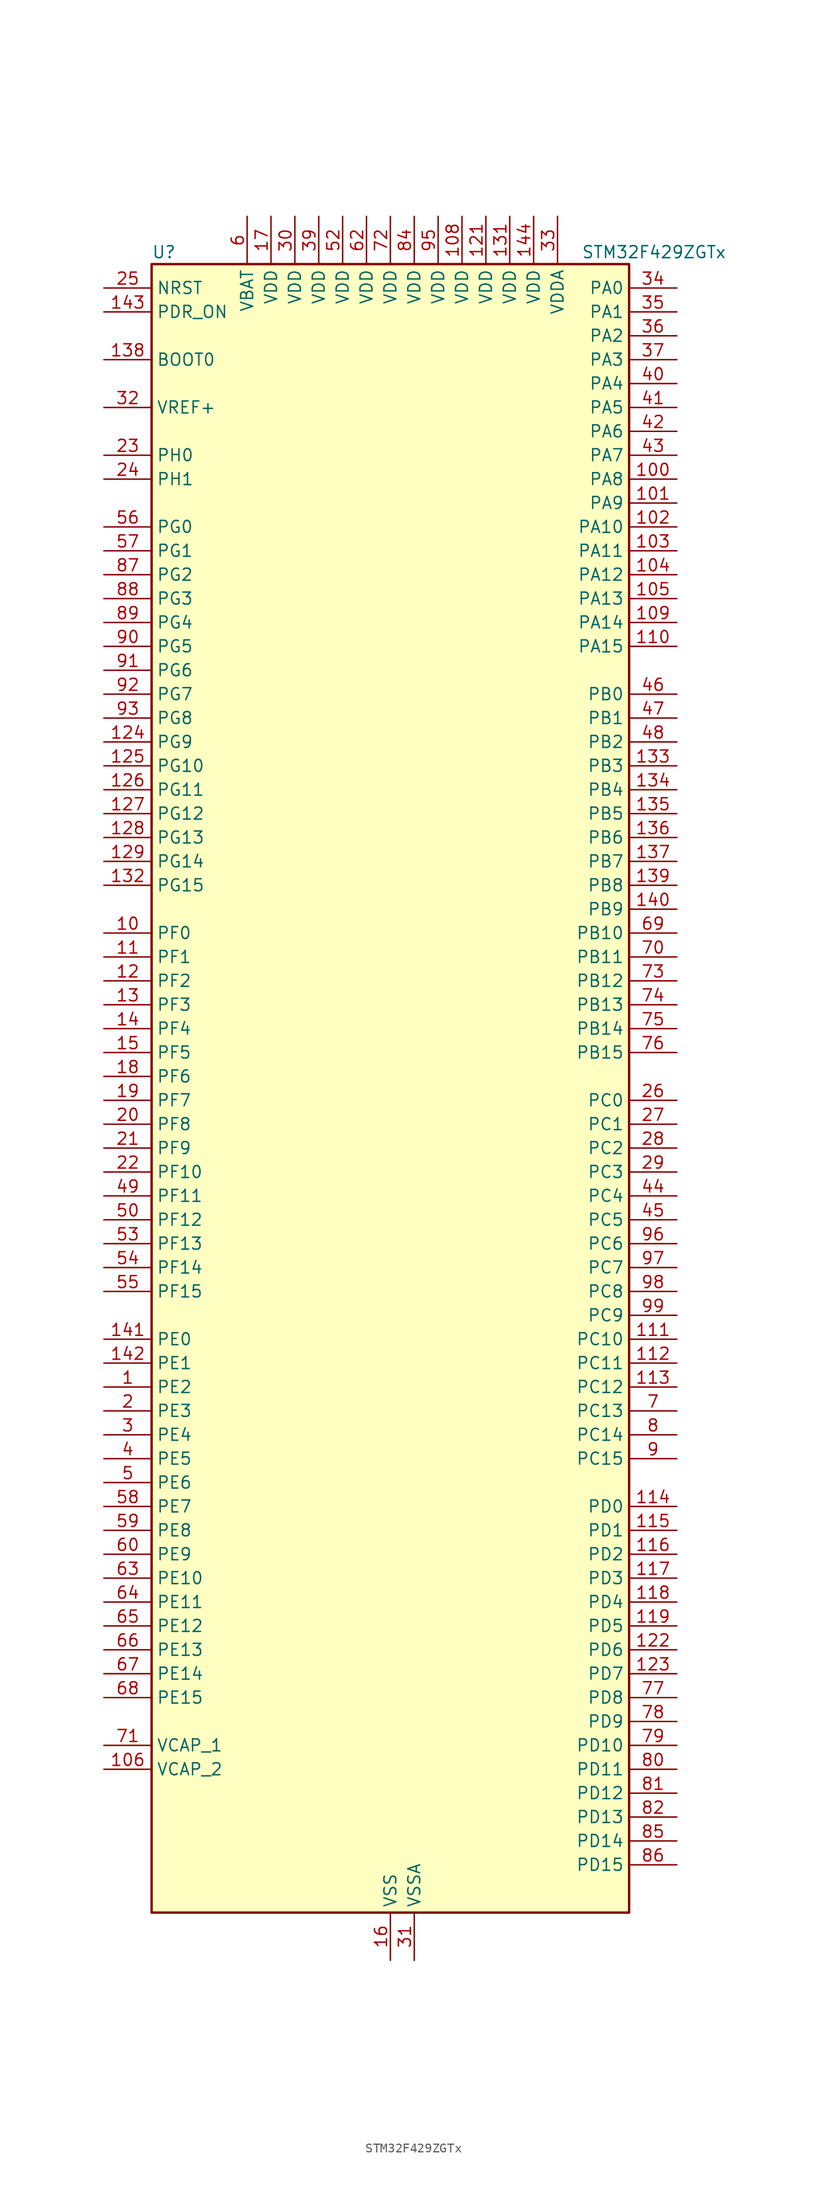
<source format=kicad_sym>
(kicad_symbol_lib
  (version 20220914)
  (generator kicad_symbol_editor)
  (symbol "STM32F429ZGTx"
    (property "Reference" "U"
      (at -25.4 90.17 0)
      (effects (font (size 1.27 1.27)) (justify left)))
    (property "Value" "STM32F429ZGTx"
      (at 20.32 90.17 0)
      (effects (font (size 1.27 1.27)) (justify left)))
    (property "ki_locked" ""
      (at 0 0 0)
      (effects (font (size 1.27 1.27))))
    (symbol "STM32F429ZGTx_0_1"
      (rectangle (start -25.4 -86.36) (end 25.4 88.9) (stroke (width 0.254) (type default)) (fill (type background))))
    (symbol "STM32F429ZGTx_1_1"
      (pin bidirectional line (at -30.48 -30.48 0) (length 5.08) (name "PE2" (effects (font (size 1.27 1.27)))) (number "1" (effects (font (size 1.27 1.27)))) (alternate "ETH_TXD3" bidirectional line) (alternate "FMC_A23" bidirectional line) (alternate "SAI1_MCLK_A" bidirectional line) (alternate "SPI4_SCK" bidirectional line) (alternate "SYS_TRACECLK" bidirectional line))
      (pin bidirectional line (at -30.48 17.78 0) (length 5.08) (name "PF0" (effects (font (size 1.27 1.27)))) (number "10" (effects (font (size 1.27 1.27)))) (alternate "FMC_A0" bidirectional line) (alternate "I2C2_SDA" bidirectional line))
      (pin bidirectional line (at 30.48 66.04 180) (length 5.08) (name "PA8" (effects (font (size 1.27 1.27)))) (number "100" (effects (font (size 1.27 1.27)))) (alternate "I2C3_SCL" bidirectional line) (alternate "LTDC_R6" bidirectional line) (alternate "RCC_MCO_1" bidirectional line) (alternate "TIM1_CH1" bidirectional line) (alternate "USART1_CK" bidirectional line) (alternate "USB_OTG_FS_SOF" bidirectional line))
      (pin bidirectional line (at 30.48 63.5 180) (length 5.08) (name "PA9" (effects (font (size 1.27 1.27)))) (number "101" (effects (font (size 1.27 1.27)))) (alternate "DAC_EXTI9" bidirectional line) (alternate "DCMI_D0" bidirectional line) (alternate "I2C3_SMBA" bidirectional line) (alternate "TIM1_CH2" bidirectional line) (alternate "USART1_TX" bidirectional line) (alternate "USB_OTG_FS_VBUS" bidirectional line))
      (pin bidirectional line (at 30.48 60.96 180) (length 5.08) (name "PA10" (effects (font (size 1.27 1.27)))) (number "102" (effects (font (size 1.27 1.27)))) (alternate "DCMI_D1" bidirectional line) (alternate "TIM1_CH3" bidirectional line) (alternate "USART1_RX" bidirectional line) (alternate "USB_OTG_FS_ID" bidirectional line))
      (pin bidirectional line (at 30.48 58.42 180) (length 5.08) (name "PA11" (effects (font (size 1.27 1.27)))) (number "103" (effects (font (size 1.27 1.27)))) (alternate "ADC1_EXTI11" bidirectional line) (alternate "ADC2_EXTI11" bidirectional line) (alternate "ADC3_EXTI11" bidirectional line) (alternate "CAN1_RX" bidirectional line) (alternate "LTDC_R4" bidirectional line) (alternate "TIM1_CH4" bidirectional line) (alternate "USART1_CTS" bidirectional line) (alternate "USB_OTG_FS_DM" bidirectional line))
      (pin bidirectional line (at 30.48 55.88 180) (length 5.08) (name "PA12" (effects (font (size 1.27 1.27)))) (number "104" (effects (font (size 1.27 1.27)))) (alternate "CAN1_TX" bidirectional line) (alternate "LTDC_R5" bidirectional line) (alternate "TIM1_ETR" bidirectional line) (alternate "USART1_RTS" bidirectional line) (alternate "USB_OTG_FS_DP" bidirectional line))
      (pin bidirectional line (at 30.48 53.34 180) (length 5.08) (name "PA13" (effects (font (size 1.27 1.27)))) (number "105" (effects (font (size 1.27 1.27)))) (alternate "SYS_JTMS-SWDIO" bidirectional line))
      (pin power_out line (at -30.48 -71.12 0) (length 5.08) (name "VCAP_2" (effects (font (size 1.27 1.27)))) (number "106" (effects (font (size 1.27 1.27)))))
      (pin passive line (at 0 -91.44 90) (length 5.08) hide (name "VSS" (effects (font (size 1.27 1.27)))) (number "107" (effects (font (size 1.27 1.27)))))
      (pin power_in line (at 7.62 93.98 270) (length 5.08) (name "VDD" (effects (font (size 1.27 1.27)))) (number "108" (effects (font (size 1.27 1.27)))))
      (pin bidirectional line (at 30.48 50.8 180) (length 5.08) (name "PA14" (effects (font (size 1.27 1.27)))) (number "109" (effects (font (size 1.27 1.27)))) (alternate "SYS_JTCK-SWCLK" bidirectional line))
      (pin bidirectional line (at -30.48 15.24 0) (length 5.08) (name "PF1" (effects (font (size 1.27 1.27)))) (number "11" (effects (font (size 1.27 1.27)))) (alternate "FMC_A1" bidirectional line) (alternate "I2C2_SCL" bidirectional line))
      (pin bidirectional line (at 30.48 48.26 180) (length 5.08) (name "PA15" (effects (font (size 1.27 1.27)))) (number "110" (effects (font (size 1.27 1.27)))) (alternate "ADC1_EXTI15" bidirectional line) (alternate "ADC2_EXTI15" bidirectional line) (alternate "ADC3_EXTI15" bidirectional line) (alternate "I2S3_WS" bidirectional line) (alternate "SPI1_NSS" bidirectional line) (alternate "SPI3_NSS" bidirectional line) (alternate "SYS_JTDI" bidirectional line) (alternate "TIM2_CH1" bidirectional line) (alternate "TIM2_ETR" bidirectional line))
      (pin bidirectional line (at 30.48 -25.4 180) (length 5.08) (name "PC10" (effects (font (size 1.27 1.27)))) (number "111" (effects (font (size 1.27 1.27)))) (alternate "DCMI_D8" bidirectional line) (alternate "I2S3_CK" bidirectional line) (alternate "LTDC_R2" bidirectional line) (alternate "SDIO_D2" bidirectional line) (alternate "SPI3_SCK" bidirectional line) (alternate "UART4_TX" bidirectional line) (alternate "USART3_TX" bidirectional line))
      (pin bidirectional line (at 30.48 -27.94 180) (length 5.08) (name "PC11" (effects (font (size 1.27 1.27)))) (number "112" (effects (font (size 1.27 1.27)))) (alternate "ADC1_EXTI11" bidirectional line) (alternate "ADC2_EXTI11" bidirectional line) (alternate "ADC3_EXTI11" bidirectional line) (alternate "DCMI_D4" bidirectional line) (alternate "I2S3_ext_SD" bidirectional line) (alternate "SDIO_D3" bidirectional line) (alternate "SPI3_MISO" bidirectional line) (alternate "UART4_RX" bidirectional line) (alternate "USART3_RX" bidirectional line))
      (pin bidirectional line (at 30.48 -30.48 180) (length 5.08) (name "PC12" (effects (font (size 1.27 1.27)))) (number "113" (effects (font (size 1.27 1.27)))) (alternate "DCMI_D9" bidirectional line) (alternate "I2S3_SD" bidirectional line) (alternate "SDIO_CK" bidirectional line) (alternate "SPI3_MOSI" bidirectional line) (alternate "UART5_TX" bidirectional line) (alternate "USART3_CK" bidirectional line))
      (pin bidirectional line (at 30.48 -43.18 180) (length 5.08) (name "PD0" (effects (font (size 1.27 1.27)))) (number "114" (effects (font (size 1.27 1.27)))) (alternate "CAN1_RX" bidirectional line) (alternate "FMC_D2" bidirectional line) (alternate "FMC_DA2" bidirectional line))
      (pin bidirectional line (at 30.48 -45.72 180) (length 5.08) (name "PD1" (effects (font (size 1.27 1.27)))) (number "115" (effects (font (size 1.27 1.27)))) (alternate "CAN1_TX" bidirectional line) (alternate "FMC_D3" bidirectional line) (alternate "FMC_DA3" bidirectional line))
      (pin bidirectional line (at 30.48 -48.26 180) (length 5.08) (name "PD2" (effects (font (size 1.27 1.27)))) (number "116" (effects (font (size 1.27 1.27)))) (alternate "DCMI_D11" bidirectional line) (alternate "SDIO_CMD" bidirectional line) (alternate "TIM3_ETR" bidirectional line) (alternate "UART5_RX" bidirectional line))
      (pin bidirectional line (at 30.48 -50.8 180) (length 5.08) (name "PD3" (effects (font (size 1.27 1.27)))) (number "117" (effects (font (size 1.27 1.27)))) (alternate "DCMI_D5" bidirectional line) (alternate "FMC_CLK" bidirectional line) (alternate "I2S2_CK" bidirectional line) (alternate "LTDC_G7" bidirectional line) (alternate "SPI2_SCK" bidirectional line) (alternate "USART2_CTS" bidirectional line))
      (pin bidirectional line (at 30.48 -53.34 180) (length 5.08) (name "PD4" (effects (font (size 1.27 1.27)))) (number "118" (effects (font (size 1.27 1.27)))) (alternate "FMC_NOE" bidirectional line) (alternate "USART2_RTS" bidirectional line))
      (pin bidirectional line (at 30.48 -55.88 180) (length 5.08) (name "PD5" (effects (font (size 1.27 1.27)))) (number "119" (effects (font (size 1.27 1.27)))) (alternate "FMC_NWE" bidirectional line) (alternate "USART2_TX" bidirectional line))
      (pin bidirectional line (at -30.48 12.7 0) (length 5.08) (name "PF2" (effects (font (size 1.27 1.27)))) (number "12" (effects (font (size 1.27 1.27)))) (alternate "FMC_A2" bidirectional line) (alternate "I2C2_SMBA" bidirectional line))
      (pin passive line (at 0 -91.44 90) (length 5.08) hide (name "VSS" (effects (font (size 1.27 1.27)))) (number "120" (effects (font (size 1.27 1.27)))))
      (pin power_in line (at 10.16 93.98 270) (length 5.08) (name "VDD" (effects (font (size 1.27 1.27)))) (number "121" (effects (font (size 1.27 1.27)))))
      (pin bidirectional line (at 30.48 -58.42 180) (length 5.08) (name "PD6" (effects (font (size 1.27 1.27)))) (number "122" (effects (font (size 1.27 1.27)))) (alternate "DCMI_D10" bidirectional line) (alternate "FMC_NWAIT" bidirectional line) (alternate "I2S3_SD" bidirectional line) (alternate "LTDC_B2" bidirectional line) (alternate "SAI1_SD_A" bidirectional line) (alternate "SPI3_MOSI" bidirectional line) (alternate "USART2_RX" bidirectional line))
      (pin bidirectional line (at 30.48 -60.96 180) (length 5.08) (name "PD7" (effects (font (size 1.27 1.27)))) (number "123" (effects (font (size 1.27 1.27)))) (alternate "FMC_NCE2" bidirectional line) (alternate "FMC_NE1" bidirectional line) (alternate "USART2_CK" bidirectional line))
      (pin bidirectional line (at -30.48 38.1 0) (length 5.08) (name "PG9" (effects (font (size 1.27 1.27)))) (number "124" (effects (font (size 1.27 1.27)))) (alternate "DAC_EXTI9" bidirectional line) (alternate "DCMI_VSYNC" bidirectional line) (alternate "FMC_NCE3" bidirectional line) (alternate "FMC_NE2" bidirectional line) (alternate "USART6_RX" bidirectional line))
      (pin bidirectional line (at -30.48 35.56 0) (length 5.08) (name "PG10" (effects (font (size 1.27 1.27)))) (number "125" (effects (font (size 1.27 1.27)))) (alternate "DCMI_D2" bidirectional line) (alternate "FMC_NCE4_1" bidirectional line) (alternate "FMC_NE3" bidirectional line) (alternate "LTDC_B2" bidirectional line) (alternate "LTDC_G3" bidirectional line))
      (pin bidirectional line (at -30.48 33.02 0) (length 5.08) (name "PG11" (effects (font (size 1.27 1.27)))) (number "126" (effects (font (size 1.27 1.27)))) (alternate "ADC1_EXTI11" bidirectional line) (alternate "ADC2_EXTI11" bidirectional line) (alternate "ADC3_EXTI11" bidirectional line) (alternate "DCMI_D3" bidirectional line) (alternate "ETH_TX_EN" bidirectional line) (alternate "FMC_NCE4_2" bidirectional line) (alternate "LTDC_B3" bidirectional line))
      (pin bidirectional line (at -30.48 30.48 0) (length 5.08) (name "PG12" (effects (font (size 1.27 1.27)))) (number "127" (effects (font (size 1.27 1.27)))) (alternate "FMC_NE4" bidirectional line) (alternate "LTDC_B1" bidirectional line) (alternate "LTDC_B4" bidirectional line) (alternate "SPI6_MISO" bidirectional line) (alternate "USART6_RTS" bidirectional line))
      (pin bidirectional line (at -30.48 27.94 0) (length 5.08) (name "PG13" (effects (font (size 1.27 1.27)))) (number "128" (effects (font (size 1.27 1.27)))) (alternate "ETH_TXD0" bidirectional line) (alternate "FMC_A24" bidirectional line) (alternate "SPI6_SCK" bidirectional line) (alternate "USART6_CTS" bidirectional line))
      (pin bidirectional line (at -30.48 25.4 0) (length 5.08) (name "PG14" (effects (font (size 1.27 1.27)))) (number "129" (effects (font (size 1.27 1.27)))) (alternate "ETH_TXD1" bidirectional line) (alternate "FMC_A25" bidirectional line) (alternate "SPI6_MOSI" bidirectional line) (alternate "USART6_TX" bidirectional line))
      (pin bidirectional line (at -30.48 10.16 0) (length 5.08) (name "PF3" (effects (font (size 1.27 1.27)))) (number "13" (effects (font (size 1.27 1.27)))) (alternate "ADC3_IN9" bidirectional line) (alternate "FMC_A3" bidirectional line))
      (pin passive line (at 0 -91.44 90) (length 5.08) hide (name "VSS" (effects (font (size 1.27 1.27)))) (number "130" (effects (font (size 1.27 1.27)))))
      (pin power_in line (at 12.7 93.98 270) (length 5.08) (name "VDD" (effects (font (size 1.27 1.27)))) (number "131" (effects (font (size 1.27 1.27)))))
      (pin bidirectional line (at -30.48 22.86 0) (length 5.08) (name "PG15" (effects (font (size 1.27 1.27)))) (number "132" (effects (font (size 1.27 1.27)))) (alternate "ADC1_EXTI15" bidirectional line) (alternate "ADC2_EXTI15" bidirectional line) (alternate "ADC3_EXTI15" bidirectional line) (alternate "DCMI_D13" bidirectional line) (alternate "FMC_SDNCAS" bidirectional line) (alternate "USART6_CTS" bidirectional line))
      (pin bidirectional line (at 30.48 35.56 180) (length 5.08) (name "PB3" (effects (font (size 1.27 1.27)))) (number "133" (effects (font (size 1.27 1.27)))) (alternate "I2S3_CK" bidirectional line) (alternate "SPI1_SCK" bidirectional line) (alternate "SPI3_SCK" bidirectional line) (alternate "SYS_JTDO-SWO" bidirectional line) (alternate "TIM2_CH2" bidirectional line))
      (pin bidirectional line (at 30.48 33.02 180) (length 5.08) (name "PB4" (effects (font (size 1.27 1.27)))) (number "134" (effects (font (size 1.27 1.27)))) (alternate "I2S3_ext_SD" bidirectional line) (alternate "SPI1_MISO" bidirectional line) (alternate "SPI3_MISO" bidirectional line) (alternate "SYS_JTRST" bidirectional line) (alternate "TIM3_CH1" bidirectional line))
      (pin bidirectional line (at 30.48 30.48 180) (length 5.08) (name "PB5" (effects (font (size 1.27 1.27)))) (number "135" (effects (font (size 1.27 1.27)))) (alternate "CAN2_RX" bidirectional line) (alternate "DCMI_D10" bidirectional line) (alternate "ETH_PPS_OUT" bidirectional line) (alternate "FMC_SDCKE1" bidirectional line) (alternate "I2C1_SMBA" bidirectional line) (alternate "I2S3_SD" bidirectional line) (alternate "SPI1_MOSI" bidirectional line) (alternate "SPI3_MOSI" bidirectional line) (alternate "TIM3_CH2" bidirectional line) (alternate "USB_OTG_HS_ULPI_D7" bidirectional line))
      (pin bidirectional line (at 30.48 27.94 180) (length 5.08) (name "PB6" (effects (font (size 1.27 1.27)))) (number "136" (effects (font (size 1.27 1.27)))) (alternate "CAN2_TX" bidirectional line) (alternate "DCMI_D5" bidirectional line) (alternate "FMC_SDNE1" bidirectional line) (alternate "I2C1_SCL" bidirectional line) (alternate "TIM4_CH1" bidirectional line) (alternate "USART1_TX" bidirectional line))
      (pin bidirectional line (at 30.48 25.4 180) (length 5.08) (name "PB7" (effects (font (size 1.27 1.27)))) (number "137" (effects (font (size 1.27 1.27)))) (alternate "DCMI_VSYNC" bidirectional line) (alternate "FMC_NL" bidirectional line) (alternate "I2C1_SDA" bidirectional line) (alternate "TIM4_CH2" bidirectional line) (alternate "USART1_RX" bidirectional line))
      (pin input line (at -30.48 78.74 0) (length 5.08) (name "BOOT0" (effects (font (size 1.27 1.27)))) (number "138" (effects (font (size 1.27 1.27)))))
      (pin bidirectional line (at 30.48 22.86 180) (length 5.08) (name "PB8" (effects (font (size 1.27 1.27)))) (number "139" (effects (font (size 1.27 1.27)))) (alternate "CAN1_RX" bidirectional line) (alternate "DCMI_D6" bidirectional line) (alternate "ETH_TXD3" bidirectional line) (alternate "I2C1_SCL" bidirectional line) (alternate "LTDC_B6" bidirectional line) (alternate "SDIO_D4" bidirectional line) (alternate "TIM10_CH1" bidirectional line) (alternate "TIM4_CH3" bidirectional line))
      (pin bidirectional line (at -30.48 7.62 0) (length 5.08) (name "PF4" (effects (font (size 1.27 1.27)))) (number "14" (effects (font (size 1.27 1.27)))) (alternate "ADC3_IN14" bidirectional line) (alternate "FMC_A4" bidirectional line))
      (pin bidirectional line (at 30.48 20.32 180) (length 5.08) (name "PB9" (effects (font (size 1.27 1.27)))) (number "140" (effects (font (size 1.27 1.27)))) (alternate "CAN1_TX" bidirectional line) (alternate "DAC_EXTI9" bidirectional line) (alternate "DCMI_D7" bidirectional line) (alternate "I2C1_SDA" bidirectional line) (alternate "I2S2_WS" bidirectional line) (alternate "LTDC_B7" bidirectional line) (alternate "SDIO_D5" bidirectional line) (alternate "SPI2_NSS" bidirectional line) (alternate "TIM11_CH1" bidirectional line) (alternate "TIM4_CH4" bidirectional line))
      (pin bidirectional line (at -30.48 -25.4 0) (length 5.08) (name "PE0" (effects (font (size 1.27 1.27)))) (number "141" (effects (font (size 1.27 1.27)))) (alternate "DCMI_D2" bidirectional line) (alternate "FMC_NBL0" bidirectional line) (alternate "TIM4_ETR" bidirectional line) (alternate "UART8_RX" bidirectional line))
      (pin bidirectional line (at -30.48 -27.94 0) (length 5.08) (name "PE1" (effects (font (size 1.27 1.27)))) (number "142" (effects (font (size 1.27 1.27)))) (alternate "DCMI_D3" bidirectional line) (alternate "FMC_NBL1" bidirectional line) (alternate "UART8_TX" bidirectional line))
      (pin input line (at -30.48 83.82 0) (length 5.08) (name "PDR_ON" (effects (font (size 1.27 1.27)))) (number "143" (effects (font (size 1.27 1.27)))))
      (pin power_in line (at 15.24 93.98 270) (length 5.08) (name "VDD" (effects (font (size 1.27 1.27)))) (number "144" (effects (font (size 1.27 1.27)))))
      (pin bidirectional line (at -30.48 5.08 0) (length 5.08) (name "PF5" (effects (font (size 1.27 1.27)))) (number "15" (effects (font (size 1.27 1.27)))) (alternate "ADC3_IN15" bidirectional line) (alternate "FMC_A5" bidirectional line))
      (pin power_in line (at 0 -91.44 90) (length 5.08) (name "VSS" (effects (font (size 1.27 1.27)))) (number "16" (effects (font (size 1.27 1.27)))))
      (pin power_in line (at -12.7 93.98 270) (length 5.08) (name "VDD" (effects (font (size 1.27 1.27)))) (number "17" (effects (font (size 1.27 1.27)))))
      (pin bidirectional line (at -30.48 2.54 0) (length 5.08) (name "PF6" (effects (font (size 1.27 1.27)))) (number "18" (effects (font (size 1.27 1.27)))) (alternate "ADC3_IN4" bidirectional line) (alternate "FMC_NIORD" bidirectional line) (alternate "SAI1_SD_B" bidirectional line) (alternate "SPI5_NSS" bidirectional line) (alternate "TIM10_CH1" bidirectional line) (alternate "UART7_RX" bidirectional line))
      (pin bidirectional line (at -30.48 0 0) (length 5.08) (name "PF7" (effects (font (size 1.27 1.27)))) (number "19" (effects (font (size 1.27 1.27)))) (alternate "ADC3_IN5" bidirectional line) (alternate "FMC_NREG" bidirectional line) (alternate "SAI1_MCLK_B" bidirectional line) (alternate "SPI5_SCK" bidirectional line) (alternate "TIM11_CH1" bidirectional line) (alternate "UART7_TX" bidirectional line))
      (pin bidirectional line (at -30.48 -33.02 0) (length 5.08) (name "PE3" (effects (font (size 1.27 1.27)))) (number "2" (effects (font (size 1.27 1.27)))) (alternate "FMC_A19" bidirectional line) (alternate "SAI1_SD_B" bidirectional line) (alternate "SYS_TRACED0" bidirectional line))
      (pin bidirectional line (at -30.48 -2.54 0) (length 5.08) (name "PF8" (effects (font (size 1.27 1.27)))) (number "20" (effects (font (size 1.27 1.27)))) (alternate "ADC3_IN6" bidirectional line) (alternate "FMC_NIOWR" bidirectional line) (alternate "SAI1_SCK_B" bidirectional line) (alternate "SPI5_MISO" bidirectional line) (alternate "TIM13_CH1" bidirectional line))
      (pin bidirectional line (at -30.48 -5.08 0) (length 5.08) (name "PF9" (effects (font (size 1.27 1.27)))) (number "21" (effects (font (size 1.27 1.27)))) (alternate "ADC3_IN7" bidirectional line) (alternate "DAC_EXTI9" bidirectional line) (alternate "FMC_CD" bidirectional line) (alternate "SAI1_FS_B" bidirectional line) (alternate "SPI5_MOSI" bidirectional line) (alternate "TIM14_CH1" bidirectional line))
      (pin bidirectional line (at -30.48 -7.62 0) (length 5.08) (name "PF10" (effects (font (size 1.27 1.27)))) (number "22" (effects (font (size 1.27 1.27)))) (alternate "ADC3_IN8" bidirectional line) (alternate "DCMI_D11" bidirectional line) (alternate "FMC_INTR" bidirectional line) (alternate "LTDC_DE" bidirectional line))
      (pin bidirectional line (at -30.48 68.58 0) (length 5.08) (name "PH0" (effects (font (size 1.27 1.27)))) (number "23" (effects (font (size 1.27 1.27)))) (alternate "RCC_OSC_IN" bidirectional line))
      (pin bidirectional line (at -30.48 66.04 0) (length 5.08) (name "PH1" (effects (font (size 1.27 1.27)))) (number "24" (effects (font (size 1.27 1.27)))) (alternate "RCC_OSC_OUT" bidirectional line))
      (pin input line (at -30.48 86.36 0) (length 5.08) (name "NRST" (effects (font (size 1.27 1.27)))) (number "25" (effects (font (size 1.27 1.27)))))
      (pin bidirectional line (at 30.48 0 180) (length 5.08) (name "PC0" (effects (font (size 1.27 1.27)))) (number "26" (effects (font (size 1.27 1.27)))) (alternate "ADC1_IN10" bidirectional line) (alternate "ADC2_IN10" bidirectional line) (alternate "ADC3_IN10" bidirectional line) (alternate "FMC_SDNWE" bidirectional line) (alternate "USB_OTG_HS_ULPI_STP" bidirectional line))
      (pin bidirectional line (at 30.48 -2.54 180) (length 5.08) (name "PC1" (effects (font (size 1.27 1.27)))) (number "27" (effects (font (size 1.27 1.27)))) (alternate "ADC1_IN11" bidirectional line) (alternate "ADC2_IN11" bidirectional line) (alternate "ADC3_IN11" bidirectional line) (alternate "ETH_MDC" bidirectional line))
      (pin bidirectional line (at 30.48 -5.08 180) (length 5.08) (name "PC2" (effects (font (size 1.27 1.27)))) (number "28" (effects (font (size 1.27 1.27)))) (alternate "ADC1_IN12" bidirectional line) (alternate "ADC2_IN12" bidirectional line) (alternate "ADC3_IN12" bidirectional line) (alternate "ETH_TXD2" bidirectional line) (alternate "FMC_SDNE0" bidirectional line) (alternate "I2S2_ext_SD" bidirectional line) (alternate "SPI2_MISO" bidirectional line) (alternate "USB_OTG_HS_ULPI_DIR" bidirectional line))
      (pin bidirectional line (at 30.48 -7.62 180) (length 5.08) (name "PC3" (effects (font (size 1.27 1.27)))) (number "29" (effects (font (size 1.27 1.27)))) (alternate "ADC1_IN13" bidirectional line) (alternate "ADC2_IN13" bidirectional line) (alternate "ADC3_IN13" bidirectional line) (alternate "ETH_TX_CLK" bidirectional line) (alternate "FMC_SDCKE0" bidirectional line) (alternate "I2S2_SD" bidirectional line) (alternate "SPI2_MOSI" bidirectional line) (alternate "USB_OTG_HS_ULPI_NXT" bidirectional line))
      (pin bidirectional line (at -30.48 -35.56 0) (length 5.08) (name "PE4" (effects (font (size 1.27 1.27)))) (number "3" (effects (font (size 1.27 1.27)))) (alternate "DCMI_D4" bidirectional line) (alternate "FMC_A20" bidirectional line) (alternate "LTDC_B0" bidirectional line) (alternate "SAI1_FS_A" bidirectional line) (alternate "SPI4_NSS" bidirectional line) (alternate "SYS_TRACED1" bidirectional line))
      (pin power_in line (at -10.16 93.98 270) (length 5.08) (name "VDD" (effects (font (size 1.27 1.27)))) (number "30" (effects (font (size 1.27 1.27)))))
      (pin power_in line (at 2.54 -91.44 90) (length 5.08) (name "VSSA" (effects (font (size 1.27 1.27)))) (number "31" (effects (font (size 1.27 1.27)))))
      (pin input line (at -30.48 73.66 0) (length 5.08) (name "VREF+" (effects (font (size 1.27 1.27)))) (number "32" (effects (font (size 1.27 1.27)))))
      (pin power_in line (at 17.78 93.98 270) (length 5.08) (name "VDDA" (effects (font (size 1.27 1.27)))) (number "33" (effects (font (size 1.27 1.27)))))
      (pin bidirectional line (at 30.48 86.36 180) (length 5.08) (name "PA0" (effects (font (size 1.27 1.27)))) (number "34" (effects (font (size 1.27 1.27)))) (alternate "ADC1_IN0" bidirectional line) (alternate "ADC2_IN0" bidirectional line) (alternate "ADC3_IN0" bidirectional line) (alternate "ETH_CRS" bidirectional line) (alternate "SYS_WKUP" bidirectional line) (alternate "TIM2_CH1" bidirectional line) (alternate "TIM2_ETR" bidirectional line) (alternate "TIM5_CH1" bidirectional line) (alternate "TIM8_ETR" bidirectional line) (alternate "UART4_TX" bidirectional line) (alternate "USART2_CTS" bidirectional line))
      (pin bidirectional line (at 30.48 83.82 180) (length 5.08) (name "PA1" (effects (font (size 1.27 1.27)))) (number "35" (effects (font (size 1.27 1.27)))) (alternate "ADC1_IN1" bidirectional line) (alternate "ADC2_IN1" bidirectional line) (alternate "ADC3_IN1" bidirectional line) (alternate "ETH_REF_CLK" bidirectional line) (alternate "ETH_RX_CLK" bidirectional line) (alternate "TIM2_CH2" bidirectional line) (alternate "TIM5_CH2" bidirectional line) (alternate "UART4_RX" bidirectional line) (alternate "USART2_RTS" bidirectional line))
      (pin bidirectional line (at 30.48 81.28 180) (length 5.08) (name "PA2" (effects (font (size 1.27 1.27)))) (number "36" (effects (font (size 1.27 1.27)))) (alternate "ADC1_IN2" bidirectional line) (alternate "ADC2_IN2" bidirectional line) (alternate "ADC3_IN2" bidirectional line) (alternate "ETH_MDIO" bidirectional line) (alternate "TIM2_CH3" bidirectional line) (alternate "TIM5_CH3" bidirectional line) (alternate "TIM9_CH1" bidirectional line) (alternate "USART2_TX" bidirectional line))
      (pin bidirectional line (at 30.48 78.74 180) (length 5.08) (name "PA3" (effects (font (size 1.27 1.27)))) (number "37" (effects (font (size 1.27 1.27)))) (alternate "ADC1_IN3" bidirectional line) (alternate "ADC2_IN3" bidirectional line) (alternate "ADC3_IN3" bidirectional line) (alternate "ETH_COL" bidirectional line) (alternate "LTDC_B5" bidirectional line) (alternate "TIM2_CH4" bidirectional line) (alternate "TIM5_CH4" bidirectional line) (alternate "TIM9_CH2" bidirectional line) (alternate "USART2_RX" bidirectional line) (alternate "USB_OTG_HS_ULPI_D0" bidirectional line))
      (pin passive line (at 0 -91.44 90) (length 5.08) hide (name "VSS" (effects (font (size 1.27 1.27)))) (number "38" (effects (font (size 1.27 1.27)))))
      (pin power_in line (at -7.62 93.98 270) (length 5.08) (name "VDD" (effects (font (size 1.27 1.27)))) (number "39" (effects (font (size 1.27 1.27)))))
      (pin bidirectional line (at -30.48 -38.1 0) (length 5.08) (name "PE5" (effects (font (size 1.27 1.27)))) (number "4" (effects (font (size 1.27 1.27)))) (alternate "DCMI_D6" bidirectional line) (alternate "FMC_A21" bidirectional line) (alternate "LTDC_G0" bidirectional line) (alternate "SAI1_SCK_A" bidirectional line) (alternate "SPI4_MISO" bidirectional line) (alternate "SYS_TRACED2" bidirectional line) (alternate "TIM9_CH1" bidirectional line))
      (pin bidirectional line (at 30.48 76.2 180) (length 5.08) (name "PA4" (effects (font (size 1.27 1.27)))) (number "40" (effects (font (size 1.27 1.27)))) (alternate "ADC1_IN4" bidirectional line) (alternate "ADC2_IN4" bidirectional line) (alternate "DAC_OUT1" bidirectional line) (alternate "DCMI_HSYNC" bidirectional line) (alternate "I2S3_WS" bidirectional line) (alternate "LTDC_VSYNC" bidirectional line) (alternate "SPI1_NSS" bidirectional line) (alternate "SPI3_NSS" bidirectional line) (alternate "USART2_CK" bidirectional line) (alternate "USB_OTG_HS_SOF" bidirectional line))
      (pin bidirectional line (at 30.48 73.66 180) (length 5.08) (name "PA5" (effects (font (size 1.27 1.27)))) (number "41" (effects (font (size 1.27 1.27)))) (alternate "ADC1_IN5" bidirectional line) (alternate "ADC2_IN5" bidirectional line) (alternate "DAC_OUT2" bidirectional line) (alternate "SPI1_SCK" bidirectional line) (alternate "TIM2_CH1" bidirectional line) (alternate "TIM2_ETR" bidirectional line) (alternate "TIM8_CH1N" bidirectional line) (alternate "USB_OTG_HS_ULPI_CK" bidirectional line))
      (pin bidirectional line (at 30.48 71.12 180) (length 5.08) (name "PA6" (effects (font (size 1.27 1.27)))) (number "42" (effects (font (size 1.27 1.27)))) (alternate "ADC1_IN6" bidirectional line) (alternate "ADC2_IN6" bidirectional line) (alternate "DCMI_PIXCLK" bidirectional line) (alternate "LTDC_G2" bidirectional line) (alternate "SPI1_MISO" bidirectional line) (alternate "TIM13_CH1" bidirectional line) (alternate "TIM1_BKIN" bidirectional line) (alternate "TIM3_CH1" bidirectional line) (alternate "TIM8_BKIN" bidirectional line))
      (pin bidirectional line (at 30.48 68.58 180) (length 5.08) (name "PA7" (effects (font (size 1.27 1.27)))) (number "43" (effects (font (size 1.27 1.27)))) (alternate "ADC1_IN7" bidirectional line) (alternate "ADC2_IN7" bidirectional line) (alternate "ETH_CRS_DV" bidirectional line) (alternate "ETH_RX_DV" bidirectional line) (alternate "SPI1_MOSI" bidirectional line) (alternate "TIM14_CH1" bidirectional line) (alternate "TIM1_CH1N" bidirectional line) (alternate "TIM3_CH2" bidirectional line) (alternate "TIM8_CH1N" bidirectional line))
      (pin bidirectional line (at 30.48 -10.16 180) (length 5.08) (name "PC4" (effects (font (size 1.27 1.27)))) (number "44" (effects (font (size 1.27 1.27)))) (alternate "ADC1_IN14" bidirectional line) (alternate "ADC2_IN14" bidirectional line) (alternate "ETH_RXD0" bidirectional line))
      (pin bidirectional line (at 30.48 -12.7 180) (length 5.08) (name "PC5" (effects (font (size 1.27 1.27)))) (number "45" (effects (font (size 1.27 1.27)))) (alternate "ADC1_IN15" bidirectional line) (alternate "ADC2_IN15" bidirectional line) (alternate "ETH_RXD1" bidirectional line))
      (pin bidirectional line (at 30.48 43.18 180) (length 5.08) (name "PB0" (effects (font (size 1.27 1.27)))) (number "46" (effects (font (size 1.27 1.27)))) (alternate "ADC1_IN8" bidirectional line) (alternate "ADC2_IN8" bidirectional line) (alternate "ETH_RXD2" bidirectional line) (alternate "LTDC_R3" bidirectional line) (alternate "TIM1_CH2N" bidirectional line) (alternate "TIM3_CH3" bidirectional line) (alternate "TIM8_CH2N" bidirectional line) (alternate "USB_OTG_HS_ULPI_D1" bidirectional line))
      (pin bidirectional line (at 30.48 40.64 180) (length 5.08) (name "PB1" (effects (font (size 1.27 1.27)))) (number "47" (effects (font (size 1.27 1.27)))) (alternate "ADC1_IN9" bidirectional line) (alternate "ADC2_IN9" bidirectional line) (alternate "ETH_RXD3" bidirectional line) (alternate "LTDC_R6" bidirectional line) (alternate "TIM1_CH3N" bidirectional line) (alternate "TIM3_CH4" bidirectional line) (alternate "TIM8_CH3N" bidirectional line) (alternate "USB_OTG_HS_ULPI_D2" bidirectional line))
      (pin bidirectional line (at 30.48 38.1 180) (length 5.08) (name "PB2" (effects (font (size 1.27 1.27)))) (number "48" (effects (font (size 1.27 1.27)))))
      (pin bidirectional line (at -30.48 -10.16 0) (length 5.08) (name "PF11" (effects (font (size 1.27 1.27)))) (number "49" (effects (font (size 1.27 1.27)))) (alternate "ADC1_EXTI11" bidirectional line) (alternate "ADC2_EXTI11" bidirectional line) (alternate "ADC3_EXTI11" bidirectional line) (alternate "DCMI_D12" bidirectional line) (alternate "FMC_SDNRAS" bidirectional line) (alternate "SPI5_MOSI" bidirectional line))
      (pin bidirectional line (at -30.48 -40.64 0) (length 5.08) (name "PE6" (effects (font (size 1.27 1.27)))) (number "5" (effects (font (size 1.27 1.27)))) (alternate "DCMI_D7" bidirectional line) (alternate "FMC_A22" bidirectional line) (alternate "LTDC_G1" bidirectional line) (alternate "SAI1_SD_A" bidirectional line) (alternate "SPI4_MOSI" bidirectional line) (alternate "SYS_TRACED3" bidirectional line) (alternate "TIM9_CH2" bidirectional line))
      (pin bidirectional line (at -30.48 -12.7 0) (length 5.08) (name "PF12" (effects (font (size 1.27 1.27)))) (number "50" (effects (font (size 1.27 1.27)))) (alternate "FMC_A6" bidirectional line))
      (pin passive line (at 0 -91.44 90) (length 5.08) hide (name "VSS" (effects (font (size 1.27 1.27)))) (number "51" (effects (font (size 1.27 1.27)))))
      (pin power_in line (at -5.08 93.98 270) (length 5.08) (name "VDD" (effects (font (size 1.27 1.27)))) (number "52" (effects (font (size 1.27 1.27)))))
      (pin bidirectional line (at -30.48 -15.24 0) (length 5.08) (name "PF13" (effects (font (size 1.27 1.27)))) (number "53" (effects (font (size 1.27 1.27)))) (alternate "FMC_A7" bidirectional line))
      (pin bidirectional line (at -30.48 -17.78 0) (length 5.08) (name "PF14" (effects (font (size 1.27 1.27)))) (number "54" (effects (font (size 1.27 1.27)))) (alternate "FMC_A8" bidirectional line))
      (pin bidirectional line (at -30.48 -20.32 0) (length 5.08) (name "PF15" (effects (font (size 1.27 1.27)))) (number "55" (effects (font (size 1.27 1.27)))) (alternate "ADC1_EXTI15" bidirectional line) (alternate "ADC2_EXTI15" bidirectional line) (alternate "ADC3_EXTI15" bidirectional line) (alternate "FMC_A9" bidirectional line))
      (pin bidirectional line (at -30.48 60.96 0) (length 5.08) (name "PG0" (effects (font (size 1.27 1.27)))) (number "56" (effects (font (size 1.27 1.27)))) (alternate "FMC_A10" bidirectional line))
      (pin bidirectional line (at -30.48 58.42 0) (length 5.08) (name "PG1" (effects (font (size 1.27 1.27)))) (number "57" (effects (font (size 1.27 1.27)))) (alternate "FMC_A11" bidirectional line))
      (pin bidirectional line (at -30.48 -43.18 0) (length 5.08) (name "PE7" (effects (font (size 1.27 1.27)))) (number "58" (effects (font (size 1.27 1.27)))) (alternate "FMC_D4" bidirectional line) (alternate "FMC_DA4" bidirectional line) (alternate "TIM1_ETR" bidirectional line) (alternate "UART7_RX" bidirectional line))
      (pin bidirectional line (at -30.48 -45.72 0) (length 5.08) (name "PE8" (effects (font (size 1.27 1.27)))) (number "59" (effects (font (size 1.27 1.27)))) (alternate "FMC_D5" bidirectional line) (alternate "FMC_DA5" bidirectional line) (alternate "TIM1_CH1N" bidirectional line) (alternate "UART7_TX" bidirectional line))
      (pin power_in line (at -15.24 93.98 270) (length 5.08) (name "VBAT" (effects (font (size 1.27 1.27)))) (number "6" (effects (font (size 1.27 1.27)))))
      (pin bidirectional line (at -30.48 -48.26 0) (length 5.08) (name "PE9" (effects (font (size 1.27 1.27)))) (number "60" (effects (font (size 1.27 1.27)))) (alternate "DAC_EXTI9" bidirectional line) (alternate "FMC_D6" bidirectional line) (alternate "FMC_DA6" bidirectional line) (alternate "TIM1_CH1" bidirectional line))
      (pin passive line (at 0 -91.44 90) (length 5.08) hide (name "VSS" (effects (font (size 1.27 1.27)))) (number "61" (effects (font (size 1.27 1.27)))))
      (pin power_in line (at -2.54 93.98 270) (length 5.08) (name "VDD" (effects (font (size 1.27 1.27)))) (number "62" (effects (font (size 1.27 1.27)))))
      (pin bidirectional line (at -30.48 -50.8 0) (length 5.08) (name "PE10" (effects (font (size 1.27 1.27)))) (number "63" (effects (font (size 1.27 1.27)))) (alternate "FMC_D7" bidirectional line) (alternate "FMC_DA7" bidirectional line) (alternate "TIM1_CH2N" bidirectional line))
      (pin bidirectional line (at -30.48 -53.34 0) (length 5.08) (name "PE11" (effects (font (size 1.27 1.27)))) (number "64" (effects (font (size 1.27 1.27)))) (alternate "ADC1_EXTI11" bidirectional line) (alternate "ADC2_EXTI11" bidirectional line) (alternate "ADC3_EXTI11" bidirectional line) (alternate "FMC_D8" bidirectional line) (alternate "FMC_DA8" bidirectional line) (alternate "LTDC_G3" bidirectional line) (alternate "SPI4_NSS" bidirectional line) (alternate "TIM1_CH2" bidirectional line))
      (pin bidirectional line (at -30.48 -55.88 0) (length 5.08) (name "PE12" (effects (font (size 1.27 1.27)))) (number "65" (effects (font (size 1.27 1.27)))) (alternate "FMC_D9" bidirectional line) (alternate "FMC_DA9" bidirectional line) (alternate "LTDC_B4" bidirectional line) (alternate "SPI4_SCK" bidirectional line) (alternate "TIM1_CH3N" bidirectional line))
      (pin bidirectional line (at -30.48 -58.42 0) (length 5.08) (name "PE13" (effects (font (size 1.27 1.27)))) (number "66" (effects (font (size 1.27 1.27)))) (alternate "FMC_D10" bidirectional line) (alternate "FMC_DA10" bidirectional line) (alternate "LTDC_DE" bidirectional line) (alternate "SPI4_MISO" bidirectional line) (alternate "TIM1_CH3" bidirectional line))
      (pin bidirectional line (at -30.48 -60.96 0) (length 5.08) (name "PE14" (effects (font (size 1.27 1.27)))) (number "67" (effects (font (size 1.27 1.27)))) (alternate "FMC_D11" bidirectional line) (alternate "FMC_DA11" bidirectional line) (alternate "LTDC_CLK" bidirectional line) (alternate "SPI4_MOSI" bidirectional line) (alternate "TIM1_CH4" bidirectional line))
      (pin bidirectional line (at -30.48 -63.5 0) (length 5.08) (name "PE15" (effects (font (size 1.27 1.27)))) (number "68" (effects (font (size 1.27 1.27)))) (alternate "ADC1_EXTI15" bidirectional line) (alternate "ADC2_EXTI15" bidirectional line) (alternate "ADC3_EXTI15" bidirectional line) (alternate "FMC_D12" bidirectional line) (alternate "FMC_DA12" bidirectional line) (alternate "LTDC_R7" bidirectional line) (alternate "TIM1_BKIN" bidirectional line))
      (pin bidirectional line (at 30.48 17.78 180) (length 5.08) (name "PB10" (effects (font (size 1.27 1.27)))) (number "69" (effects (font (size 1.27 1.27)))) (alternate "ETH_RX_ER" bidirectional line) (alternate "I2C2_SCL" bidirectional line) (alternate "I2S2_CK" bidirectional line) (alternate "LTDC_G4" bidirectional line) (alternate "SPI2_SCK" bidirectional line) (alternate "TIM2_CH3" bidirectional line) (alternate "USART3_TX" bidirectional line) (alternate "USB_OTG_HS_ULPI_D3" bidirectional line))
      (pin bidirectional line (at 30.48 -33.02 180) (length 5.08) (name "PC13" (effects (font (size 1.27 1.27)))) (number "7" (effects (font (size 1.27 1.27)))) (alternate "RTC_AF1" bidirectional line))
      (pin bidirectional line (at 30.48 15.24 180) (length 5.08) (name "PB11" (effects (font (size 1.27 1.27)))) (number "70" (effects (font (size 1.27 1.27)))) (alternate "ADC1_EXTI11" bidirectional line) (alternate "ADC2_EXTI11" bidirectional line) (alternate "ADC3_EXTI11" bidirectional line) (alternate "ETH_TX_EN" bidirectional line) (alternate "I2C2_SDA" bidirectional line) (alternate "LTDC_G5" bidirectional line) (alternate "TIM2_CH4" bidirectional line) (alternate "USART3_RX" bidirectional line) (alternate "USB_OTG_HS_ULPI_D4" bidirectional line))
      (pin power_out line (at -30.48 -68.58 0) (length 5.08) (name "VCAP_1" (effects (font (size 1.27 1.27)))) (number "71" (effects (font (size 1.27 1.27)))))
      (pin power_in line (at 0 93.98 270) (length 5.08) (name "VDD" (effects (font (size 1.27 1.27)))) (number "72" (effects (font (size 1.27 1.27)))))
      (pin bidirectional line (at 30.48 12.7 180) (length 5.08) (name "PB12" (effects (font (size 1.27 1.27)))) (number "73" (effects (font (size 1.27 1.27)))) (alternate "CAN2_RX" bidirectional line) (alternate "ETH_TXD0" bidirectional line) (alternate "I2C2_SMBA" bidirectional line) (alternate "I2S2_WS" bidirectional line) (alternate "SPI2_NSS" bidirectional line) (alternate "TIM1_BKIN" bidirectional line) (alternate "USART3_CK" bidirectional line) (alternate "USB_OTG_HS_ID" bidirectional line) (alternate "USB_OTG_HS_ULPI_D5" bidirectional line))
      (pin bidirectional line (at 30.48 10.16 180) (length 5.08) (name "PB13" (effects (font (size 1.27 1.27)))) (number "74" (effects (font (size 1.27 1.27)))) (alternate "CAN2_TX" bidirectional line) (alternate "ETH_TXD1" bidirectional line) (alternate "I2S2_CK" bidirectional line) (alternate "SPI2_SCK" bidirectional line) (alternate "TIM1_CH1N" bidirectional line) (alternate "USART3_CTS" bidirectional line) (alternate "USB_OTG_HS_ULPI_D6" bidirectional line) (alternate "USB_OTG_HS_VBUS" bidirectional line))
      (pin bidirectional line (at 30.48 7.62 180) (length 5.08) (name "PB14" (effects (font (size 1.27 1.27)))) (number "75" (effects (font (size 1.27 1.27)))) (alternate "I2S2_ext_SD" bidirectional line) (alternate "SPI2_MISO" bidirectional line) (alternate "TIM12_CH1" bidirectional line) (alternate "TIM1_CH2N" bidirectional line) (alternate "TIM8_CH2N" bidirectional line) (alternate "USART3_RTS" bidirectional line) (alternate "USB_OTG_HS_DM" bidirectional line))
      (pin bidirectional line (at 30.48 5.08 180) (length 5.08) (name "PB15" (effects (font (size 1.27 1.27)))) (number "76" (effects (font (size 1.27 1.27)))) (alternate "ADC1_EXTI15" bidirectional line) (alternate "ADC2_EXTI15" bidirectional line) (alternate "ADC3_EXTI15" bidirectional line) (alternate "I2S2_SD" bidirectional line) (alternate "RTC_REFIN" bidirectional line) (alternate "SPI2_MOSI" bidirectional line) (alternate "TIM12_CH2" bidirectional line) (alternate "TIM1_CH3N" bidirectional line) (alternate "TIM8_CH3N" bidirectional line) (alternate "USB_OTG_HS_DP" bidirectional line))
      (pin bidirectional line (at 30.48 -63.5 180) (length 5.08) (name "PD8" (effects (font (size 1.27 1.27)))) (number "77" (effects (font (size 1.27 1.27)))) (alternate "FMC_D13" bidirectional line) (alternate "FMC_DA13" bidirectional line) (alternate "USART3_TX" bidirectional line))
      (pin bidirectional line (at 30.48 -66.04 180) (length 5.08) (name "PD9" (effects (font (size 1.27 1.27)))) (number "78" (effects (font (size 1.27 1.27)))) (alternate "DAC_EXTI9" bidirectional line) (alternate "FMC_D14" bidirectional line) (alternate "FMC_DA14" bidirectional line) (alternate "USART3_RX" bidirectional line))
      (pin bidirectional line (at 30.48 -68.58 180) (length 5.08) (name "PD10" (effects (font (size 1.27 1.27)))) (number "79" (effects (font (size 1.27 1.27)))) (alternate "FMC_D15" bidirectional line) (alternate "FMC_DA15" bidirectional line) (alternate "LTDC_B3" bidirectional line) (alternate "USART3_CK" bidirectional line))
      (pin bidirectional line (at 30.48 -35.56 180) (length 5.08) (name "PC14" (effects (font (size 1.27 1.27)))) (number "8" (effects (font (size 1.27 1.27)))) (alternate "RCC_OSC32_IN" bidirectional line))
      (pin bidirectional line (at 30.48 -71.12 180) (length 5.08) (name "PD11" (effects (font (size 1.27 1.27)))) (number "80" (effects (font (size 1.27 1.27)))) (alternate "ADC1_EXTI11" bidirectional line) (alternate "ADC2_EXTI11" bidirectional line) (alternate "ADC3_EXTI11" bidirectional line) (alternate "FMC_A16" bidirectional line) (alternate "FMC_CLE" bidirectional line) (alternate "USART3_CTS" bidirectional line))
      (pin bidirectional line (at 30.48 -73.66 180) (length 5.08) (name "PD12" (effects (font (size 1.27 1.27)))) (number "81" (effects (font (size 1.27 1.27)))) (alternate "FMC_A17" bidirectional line) (alternate "FMC_ALE" bidirectional line) (alternate "TIM4_CH1" bidirectional line) (alternate "USART3_RTS" bidirectional line))
      (pin bidirectional line (at 30.48 -76.2 180) (length 5.08) (name "PD13" (effects (font (size 1.27 1.27)))) (number "82" (effects (font (size 1.27 1.27)))) (alternate "FMC_A18" bidirectional line) (alternate "TIM4_CH2" bidirectional line))
      (pin passive line (at 0 -91.44 90) (length 5.08) hide (name "VSS" (effects (font (size 1.27 1.27)))) (number "83" (effects (font (size 1.27 1.27)))))
      (pin power_in line (at 2.54 93.98 270) (length 5.08) (name "VDD" (effects (font (size 1.27 1.27)))) (number "84" (effects (font (size 1.27 1.27)))))
      (pin bidirectional line (at 30.48 -78.74 180) (length 5.08) (name "PD14" (effects (font (size 1.27 1.27)))) (number "85" (effects (font (size 1.27 1.27)))) (alternate "FMC_D0" bidirectional line) (alternate "FMC_DA0" bidirectional line) (alternate "TIM4_CH3" bidirectional line))
      (pin bidirectional line (at 30.48 -81.28 180) (length 5.08) (name "PD15" (effects (font (size 1.27 1.27)))) (number "86" (effects (font (size 1.27 1.27)))) (alternate "ADC1_EXTI15" bidirectional line) (alternate "ADC2_EXTI15" bidirectional line) (alternate "ADC3_EXTI15" bidirectional line) (alternate "FMC_D1" bidirectional line) (alternate "FMC_DA1" bidirectional line) (alternate "TIM4_CH4" bidirectional line))
      (pin bidirectional line (at -30.48 55.88 0) (length 5.08) (name "PG2" (effects (font (size 1.27 1.27)))) (number "87" (effects (font (size 1.27 1.27)))) (alternate "FMC_A12" bidirectional line))
      (pin bidirectional line (at -30.48 53.34 0) (length 5.08) (name "PG3" (effects (font (size 1.27 1.27)))) (number "88" (effects (font (size 1.27 1.27)))) (alternate "FMC_A13" bidirectional line))
      (pin bidirectional line (at -30.48 50.8 0) (length 5.08) (name "PG4" (effects (font (size 1.27 1.27)))) (number "89" (effects (font (size 1.27 1.27)))) (alternate "FMC_A14" bidirectional line) (alternate "FMC_BA0" bidirectional line))
      (pin bidirectional line (at 30.48 -38.1 180) (length 5.08) (name "PC15" (effects (font (size 1.27 1.27)))) (number "9" (effects (font (size 1.27 1.27)))) (alternate "ADC1_EXTI15" bidirectional line) (alternate "ADC2_EXTI15" bidirectional line) (alternate "ADC3_EXTI15" bidirectional line) (alternate "RCC_OSC32_OUT" bidirectional line))
      (pin bidirectional line (at -30.48 48.26 0) (length 5.08) (name "PG5" (effects (font (size 1.27 1.27)))) (number "90" (effects (font (size 1.27 1.27)))) (alternate "FMC_A15" bidirectional line) (alternate "FMC_BA1" bidirectional line))
      (pin bidirectional line (at -30.48 45.72 0) (length 5.08) (name "PG6" (effects (font (size 1.27 1.27)))) (number "91" (effects (font (size 1.27 1.27)))) (alternate "DCMI_D12" bidirectional line) (alternate "FMC_INT2" bidirectional line) (alternate "LTDC_R7" bidirectional line))
      (pin bidirectional line (at -30.48 43.18 0) (length 5.08) (name "PG7" (effects (font (size 1.27 1.27)))) (number "92" (effects (font (size 1.27 1.27)))) (alternate "DCMI_D13" bidirectional line) (alternate "FMC_INT3" bidirectional line) (alternate "LTDC_CLK" bidirectional line) (alternate "USART6_CK" bidirectional line))
      (pin bidirectional line (at -30.48 40.64 0) (length 5.08) (name "PG8" (effects (font (size 1.27 1.27)))) (number "93" (effects (font (size 1.27 1.27)))) (alternate "ETH_PPS_OUT" bidirectional line) (alternate "FMC_SDCLK" bidirectional line) (alternate "SPI6_NSS" bidirectional line) (alternate "USART6_RTS" bidirectional line))
      (pin passive line (at 0 -91.44 90) (length 5.08) hide (name "VSS" (effects (font (size 1.27 1.27)))) (number "94" (effects (font (size 1.27 1.27)))))
      (pin power_in line (at 5.08 93.98 270) (length 5.08) (name "VDD" (effects (font (size 1.27 1.27)))) (number "95" (effects (font (size 1.27 1.27)))))
      (pin bidirectional line (at 30.48 -15.24 180) (length 5.08) (name "PC6" (effects (font (size 1.27 1.27)))) (number "96" (effects (font (size 1.27 1.27)))) (alternate "DCMI_D0" bidirectional line) (alternate "I2S2_MCK" bidirectional line) (alternate "LTDC_HSYNC" bidirectional line) (alternate "SDIO_D6" bidirectional line) (alternate "TIM3_CH1" bidirectional line) (alternate "TIM8_CH1" bidirectional line) (alternate "USART6_TX" bidirectional line))
      (pin bidirectional line (at 30.48 -17.78 180) (length 5.08) (name "PC7" (effects (font (size 1.27 1.27)))) (number "97" (effects (font (size 1.27 1.27)))) (alternate "DCMI_D1" bidirectional line) (alternate "I2S3_MCK" bidirectional line) (alternate "LTDC_G6" bidirectional line) (alternate "SDIO_D7" bidirectional line) (alternate "TIM3_CH2" bidirectional line) (alternate "TIM8_CH2" bidirectional line) (alternate "USART6_RX" bidirectional line))
      (pin bidirectional line (at 30.48 -20.32 180) (length 5.08) (name "PC8" (effects (font (size 1.27 1.27)))) (number "98" (effects (font (size 1.27 1.27)))) (alternate "DCMI_D2" bidirectional line) (alternate "SDIO_D0" bidirectional line) (alternate "TIM3_CH3" bidirectional line) (alternate "TIM8_CH3" bidirectional line) (alternate "USART6_CK" bidirectional line))
      (pin bidirectional line (at 30.48 -22.86 180) (length 5.08) (name "PC9" (effects (font (size 1.27 1.27)))) (number "99" (effects (font (size 1.27 1.27)))) (alternate "DAC_EXTI9" bidirectional line) (alternate "DCMI_D3" bidirectional line) (alternate "I2C3_SDA" bidirectional line) (alternate "I2S_CKIN" bidirectional line) (alternate "RCC_MCO_2" bidirectional line) (alternate "SDIO_D1" bidirectional line) (alternate "TIM3_CH4" bidirectional line) (alternate "TIM8_CH4" bidirectional line)))))
</source>
